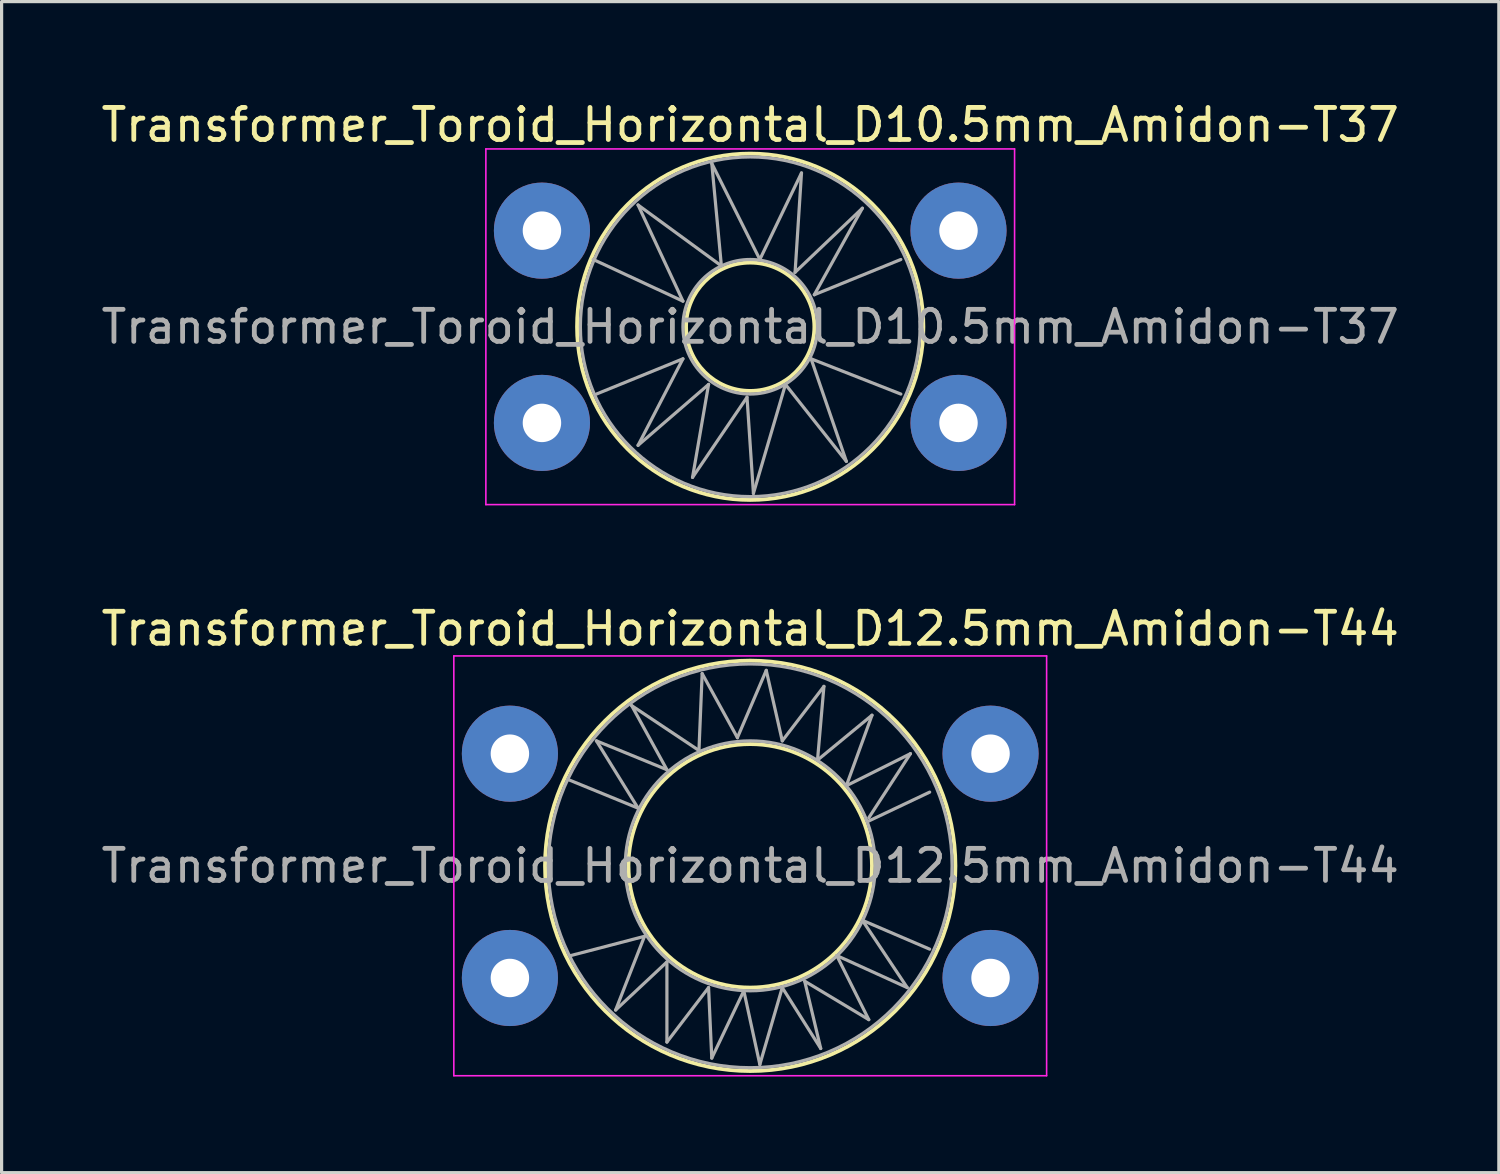
<source format=kicad_pcb>
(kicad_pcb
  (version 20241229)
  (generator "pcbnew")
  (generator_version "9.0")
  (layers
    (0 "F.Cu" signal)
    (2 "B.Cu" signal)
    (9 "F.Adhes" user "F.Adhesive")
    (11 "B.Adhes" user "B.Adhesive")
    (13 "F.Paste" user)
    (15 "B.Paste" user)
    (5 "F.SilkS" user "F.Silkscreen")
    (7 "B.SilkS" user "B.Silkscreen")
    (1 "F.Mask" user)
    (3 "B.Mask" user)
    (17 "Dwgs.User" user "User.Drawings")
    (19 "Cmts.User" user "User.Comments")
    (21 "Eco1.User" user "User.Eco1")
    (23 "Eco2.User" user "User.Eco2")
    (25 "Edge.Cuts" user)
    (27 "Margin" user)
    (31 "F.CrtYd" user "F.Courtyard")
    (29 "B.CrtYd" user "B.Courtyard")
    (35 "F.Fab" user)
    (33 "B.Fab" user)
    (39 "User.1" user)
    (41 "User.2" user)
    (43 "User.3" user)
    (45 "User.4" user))
  (footprint "Transformer_Toroid_Horizontal_D10.5mm_Amidon-T37"
    (layer "F.Cu")
    (at 13.863 10.148)
    (property "Reference" "Transformer_Toroid_Horizontal_D10.5mm_Amidon-T37" (at 6.5 -9.3 0) (layer "F.SilkS") (effects (font (size 1 1) (thickness 0.15))))
    (attr through_hole)
    (fp_circle (center 6.5 -3) (end 8.5 -2.9) (stroke (width 0.12) (type solid)) (fill no) (layer "F.SilkS"))
    (fp_circle (center 6.5 -3) (end 11.9 -2.8) (stroke (width 0.12) (type solid)) (fill no) (layer "F.SilkS"))
    (fp_line (start -1.75 -8.55) (end -1.75 2.55) (stroke (width 0.05) (type solid)) (layer "F.CrtYd"))
    (fp_line (start -1.75 -8.55) (end 14.75 -8.55) (stroke (width 0.05) (type solid)) (layer "F.CrtYd"))
    (fp_line (start 14.75 2.55) (end -1.75 2.55) (stroke (width 0.05) (type solid)) (layer "F.CrtYd"))
    (fp_line (start 14.75 2.55) (end 14.75 -8.55) (stroke (width 0.05) (type solid)) (layer "F.CrtYd"))
    (fp_line (start 1.6 -5.1) (end 4.4 -3.8) (stroke (width 0.1) (type solid)) (layer "F.Fab"))
    (fp_line (start 1.7 -0.9) (end 4.4 -2) (stroke (width 0.1) (type solid)) (layer "F.Fab"))
    (fp_line (start 3 -6.8) (end 5.6 -4.9) (stroke (width 0.1) (type solid)) (layer "F.Fab"))
    (fp_line (start 3 0.7) (end 5.2 -1.2) (stroke (width 0.1) (type solid)) (layer "F.Fab"))
    (fp_line (start 4.4 -3.8) (end 3 -6.8) (stroke (width 0.1) (type solid)) (layer "F.Fab"))
    (fp_line (start 4.4 -2) (end 3 0.7) (stroke (width 0.1) (type solid)) (layer "F.Fab"))
    (fp_line (start 4.7 1.7) (end 6.4 -0.8) (stroke (width 0.1) (type solid)) (layer "F.Fab"))
    (fp_line (start 5.2 -1.2) (end 4.7 1.7) (stroke (width 0.1) (type solid)) (layer "F.Fab"))
    (fp_line (start 5.3 -8.1) (end 6.8 -5.1) (stroke (width 0.1) (type solid)) (layer "F.Fab"))
    (fp_line (start 5.6 -4.9) (end 5.3 -8.1) (stroke (width 0.1) (type solid)) (layer "F.Fab"))
    (fp_line (start 6.4 -0.8) (end 6.6 2.2) (stroke (width 0.1) (type solid)) (layer "F.Fab"))
    (fp_line (start 6.6 2.2) (end 7.6 -1.2) (stroke (width 0.1) (type solid)) (layer "F.Fab"))
    (fp_line (start 6.8 -5.1) (end 8.1 -7.8) (stroke (width 0.1) (type solid)) (layer "F.Fab"))
    (fp_line (start 7.6 -1.2) (end 9.5 1.2) (stroke (width 0.1) (type solid)) (layer "F.Fab"))
    (fp_line (start 7.9 -4.7) (end 10 -6.7) (stroke (width 0.1) (type solid)) (layer "F.Fab"))
    (fp_line (start 8.1 -7.8) (end 7.9 -4.7) (stroke (width 0.1) (type solid)) (layer "F.Fab"))
    (fp_line (start 8.4 -2) (end 11.2 -0.9) (stroke (width 0.1) (type solid)) (layer "F.Fab"))
    (fp_line (start 8.5 -4) (end 11.2 -5.1) (stroke (width 0.1) (type solid)) (layer "F.Fab"))
    (fp_line (start 9.5 1.2) (end 8.4 -2) (stroke (width 0.1) (type solid)) (layer "F.Fab"))
    (fp_line (start 10 -6.7) (end 8.5 -4) (stroke (width 0.1) (type solid)) (layer "F.Fab"))
    (fp_circle (center 6.5 -3) (end 8.6 -3) (stroke (width 0.1) (type solid)) (fill no) (layer "F.Fab"))
    (fp_circle (center 6.5 -3) (end 11.8 -3) (stroke (width 0.1) (type solid)) (fill no) (layer "F.Fab"))
    (fp_text user "${REFERENCE}" (at 6.5 -3 0) (layer "F.Fab") (effects (font (size 1 1) (thickness 0.15))))
    (pad "1" thru_hole circle (at 0 0) (size 3 3) (drill 1.2) (layers "*.Cu" "*.Mask"))
    (pad "2" thru_hole circle (at 13 0) (size 3 3) (drill 1.2) (layers "*.Cu" "*.Mask"))
    (pad "3" thru_hole circle (at 0 -6) (size 3 3) (drill 1.2) (layers "*.Cu" "*.Mask"))
    (pad "4" thru_hole circle (at 13 -6) (size 3 3) (drill 1.2) (layers "*.Cu" "*.Mask")))
  (footprint "Transformer_Toroid_Horizontal_D12.5mm_Amidon-T44"
    (layer "F.Cu")
    (at 12.863 27.471)
    (property "Reference" "Transformer_Toroid_Horizontal_D12.5mm_Amidon-T44" (at 7.5 -10.9 0) (layer "F.SilkS") (effects (font (size 1 1) (thickness 0.15))))
    (attr through_hole)
    (fp_circle (center 7.5 -3.5) (end 11.3 -3.5) (stroke (width 0.12) (type solid)) (fill no) (layer "F.SilkS"))
    (fp_circle (center 7.5 -3.5) (end 13.9 -3.7) (stroke (width 0.12) (type solid)) (fill no) (layer "F.SilkS"))
    (fp_line (start -1.75 -10.05) (end -1.75 3.05) (stroke (width 0.05) (type solid)) (layer "F.CrtYd"))
    (fp_line (start -1.75 -10.05) (end 16.75 -10.05) (stroke (width 0.05) (type solid)) (layer "F.CrtYd"))
    (fp_line (start 16.75 3.05) (end -1.75 3.05) (stroke (width 0.05) (type solid)) (layer "F.CrtYd"))
    (fp_line (start 16.75 3.05) (end 16.75 -10.05) (stroke (width 0.05) (type solid)) (layer "F.CrtYd"))
    (fp_line (start 1.8 -6.2) (end 4 -5.3) (stroke (width 0.1) (type solid)) (layer "F.Fab"))
    (fp_line (start 1.9 -0.7) (end 4.2 -1.3) (stroke (width 0.1) (type solid)) (layer "F.Fab"))
    (fp_line (start 2.7 -7.4) (end 4.9 -6.5) (stroke (width 0.1) (type solid)) (layer "F.Fab"))
    (fp_line (start 3.3 1) (end 4.9 -0.5) (stroke (width 0.1) (type solid)) (layer "F.Fab"))
    (fp_line (start 3.8 -8.5) (end 5.9 -7.1) (stroke (width 0.1) (type solid)) (layer "F.Fab"))
    (fp_line (start 4 -5.3) (end 2.7 -7.4) (stroke (width 0.1) (type solid)) (layer "F.Fab"))
    (fp_line (start 4.2 -1.3) (end 3.3 1) (stroke (width 0.1) (type solid)) (layer "F.Fab"))
    (fp_line (start 4.9 -6.5) (end 3.8 -8.5) (stroke (width 0.1) (type solid)) (layer "F.Fab"))
    (fp_line (start 4.9 -0.5) (end 4.9 2) (stroke (width 0.1) (type solid)) (layer "F.Fab"))
    (fp_line (start 4.9 2) (end 6.2 0.3) (stroke (width 0.1) (type solid)) (layer "F.Fab"))
    (fp_line (start 5.9 -7.1) (end 6 -9.5) (stroke (width 0.1) (type solid)) (layer "F.Fab"))
    (fp_line (start 6 -9.5) (end 7.1 -7.5) (stroke (width 0.1) (type solid)) (layer "F.Fab"))
    (fp_line (start 6.2 0.3) (end 6.3 2.5) (stroke (width 0.1) (type solid)) (layer "F.Fab"))
    (fp_line (start 6.3 2.5) (end 7.3 0.4) (stroke (width 0.1) (type solid)) (layer "F.Fab"))
    (fp_line (start 7.1 -7.5) (end 8 -9.6) (stroke (width 0.1) (type solid)) (layer "F.Fab"))
    (fp_line (start 7.3 0.4) (end 7.8 2.7) (stroke (width 0.1) (type solid)) (layer "F.Fab"))
    (fp_line (start 7.8 2.7) (end 8.5 0.3) (stroke (width 0.1) (type solid)) (layer "F.Fab"))
    (fp_line (start 8 -9.6) (end 8.5 -7.4) (stroke (width 0.1) (type solid)) (layer "F.Fab"))
    (fp_line (start 8.5 -7.4) (end 9.8 -9.1) (stroke (width 0.1) (type solid)) (layer "F.Fab"))
    (fp_line (start 8.5 0.3) (end 9.7 2.2) (stroke (width 0.1) (type solid)) (layer "F.Fab"))
    (fp_line (start 9.2 0.1) (end 11.2 1.3) (stroke (width 0.1) (type solid)) (layer "F.Fab"))
    (fp_line (start 9.6 -6.8) (end 11.3 -8.2) (stroke (width 0.1) (type solid)) (layer "F.Fab"))
    (fp_line (start 9.7 2.2) (end 9.2 0.1) (stroke (width 0.1) (type solid)) (layer "F.Fab"))
    (fp_line (start 9.8 -9.1) (end 9.6 -6.8) (stroke (width 0.1) (type solid)) (layer "F.Fab"))
    (fp_line (start 10.2 -0.7) (end 12.4 0.3) (stroke (width 0.1) (type solid)) (layer "F.Fab"))
    (fp_line (start 10.5 -6) (end 12.5 -7) (stroke (width 0.1) (type solid)) (layer "F.Fab"))
    (fp_line (start 11 -1.8) (end 13.1 -0.9) (stroke (width 0.1) (type solid)) (layer "F.Fab"))
    (fp_line (start 11.2 -4.9) (end 13.1 -5.8) (stroke (width 0.1) (type solid)) (layer "F.Fab"))
    (fp_line (start 11.2 1.3) (end 10.2 -0.7) (stroke (width 0.1) (type solid)) (layer "F.Fab"))
    (fp_line (start 11.3 -8.2) (end 10.5 -6) (stroke (width 0.1) (type solid)) (layer "F.Fab"))
    (fp_line (start 12.4 0.3) (end 11 -1.8) (stroke (width 0.1) (type solid)) (layer "F.Fab"))
    (fp_line (start 12.5 -7) (end 11.2 -5) (stroke (width 0.1) (type solid)) (layer "F.Fab"))
    (fp_circle (center 7.5 -3.5) (end 11.4 -3.5) (stroke (width 0.1) (type solid)) (fill no) (layer "F.Fab"))
    (fp_circle (center 7.5 -3.5) (end 13.8 -3.5) (stroke (width 0.1) (type solid)) (fill no) (layer "F.Fab"))
    (fp_text user "${REFERENCE}" (at 7.5 -3.5 0) (layer "F.Fab") (effects (font (size 1 1) (thickness 0.15))))
    (pad "1" thru_hole circle (at 0 0) (size 3 3) (drill 1.2) (layers "*.Cu" "*.Mask"))
    (pad "2" thru_hole circle (at 15 0) (size 3 3) (drill 1.2) (layers "*.Cu" "*.Mask"))
    (pad "3" thru_hole circle (at 0 -7) (size 3 3) (drill 1.2) (layers "*.Cu" "*.Mask"))
    (pad "4" thru_hole circle (at 15 -7) (size 3 3) (drill 1.2) (layers "*.Cu" "*.Mask")))
  (gr_rect
    (start -3 -3)
    (end 43.726 33.547)
    (stroke (width 0.1) (type default))
    (fill no)
    (layer "Edge.Cuts")))
</source>
